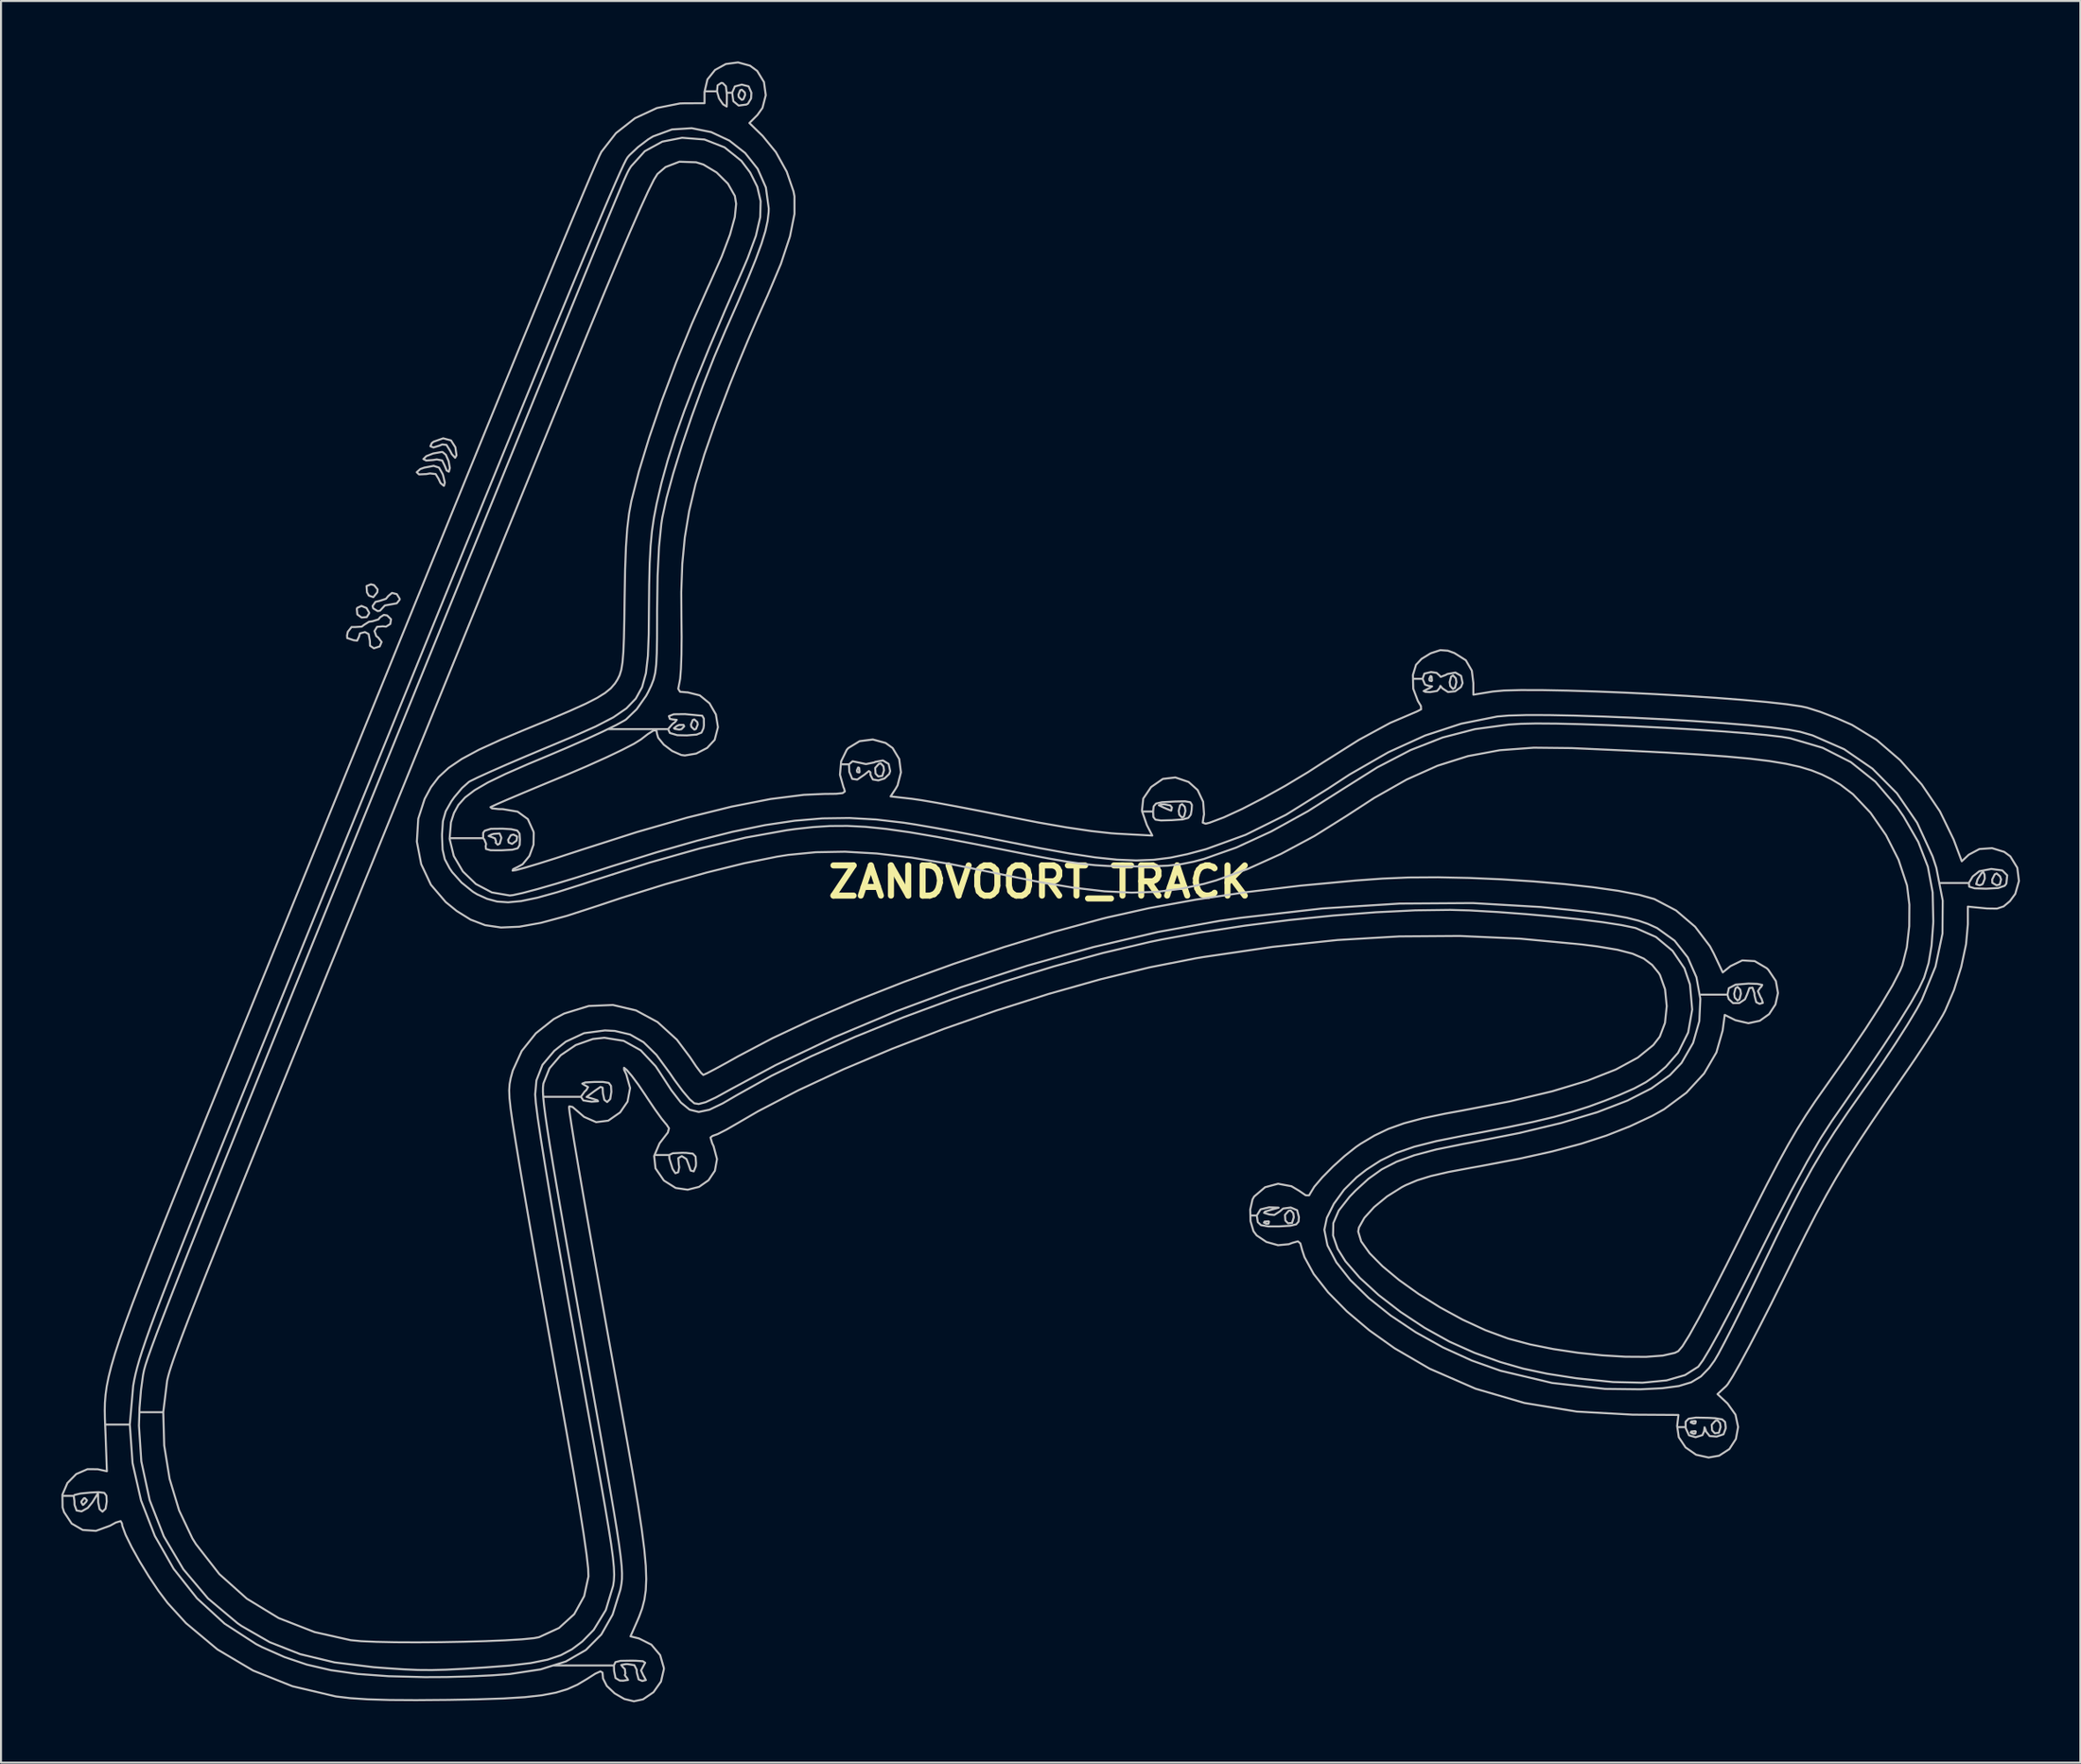
<source format=kicad_pcb>
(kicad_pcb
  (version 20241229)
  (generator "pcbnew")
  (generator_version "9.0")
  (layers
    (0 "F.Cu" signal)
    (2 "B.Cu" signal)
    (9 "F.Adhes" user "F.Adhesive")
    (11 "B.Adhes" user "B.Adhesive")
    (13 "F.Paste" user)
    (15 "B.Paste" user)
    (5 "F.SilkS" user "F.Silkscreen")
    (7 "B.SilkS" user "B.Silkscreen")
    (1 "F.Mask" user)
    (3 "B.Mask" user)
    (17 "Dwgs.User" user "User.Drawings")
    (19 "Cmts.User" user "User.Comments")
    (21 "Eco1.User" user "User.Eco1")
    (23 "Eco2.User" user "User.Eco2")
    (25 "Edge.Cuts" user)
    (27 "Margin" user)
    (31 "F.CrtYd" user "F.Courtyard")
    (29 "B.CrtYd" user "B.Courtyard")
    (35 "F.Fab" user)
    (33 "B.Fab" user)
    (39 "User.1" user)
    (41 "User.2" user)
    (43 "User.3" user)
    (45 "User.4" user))
  (footprint "ZANDVOORT_TRACK"
    (layer "F.Cu")
    (at 48.593 40.768)
    (property "Reference" "ZANDVOORT_TRACK" (at 0 0 0) (layer "F.SilkS") (effects (font (size 1.5 1.5) (thickness 0.3))))
    (attr board_only exclude_from_pos_files exclude_from_bom)
    (fp_poly (pts (xy -8.971 -5.663) (xy -8.951 -5.464) (xy -8.971 -5.439) (xy -9.071 -5.462) (xy -9.083 -5.551) (xy -9.022 -5.689)) (stroke (width 0.1) (type solid)) (fill no) (layer "Dwgs.User"))
    (fp_poly (pts (xy 11.382 16.877) (xy 11.359 16.977) (xy 11.27 16.989) (xy 11.132 16.928) (xy 11.158 16.877) (xy 11.358 16.857)) (stroke (width 0.1) (type solid)) (fill no) (layer "Dwgs.User"))
    (fp_poly (pts (xy 19.457 -10.205) (xy 19.477 -10.005) (xy 19.457 -9.981) (xy 19.357 -10.004) (xy 19.344 -10.093) (xy 19.406 -10.231)) (stroke (width 0.1) (type solid)) (fill no) (layer "Dwgs.User"))
    (fp_poly (pts (xy 32.577 26.802) (xy 32.554 26.902) (xy 32.465 26.914) (xy 32.326 26.852) (xy 32.353 26.802) (xy 32.552 26.782)) (stroke (width 0.1) (type solid)) (fill no) (layer "Dwgs.User"))
    (fp_poly (pts (xy 32.577 27.306) (xy 32.554 27.406) (xy 32.465 27.419) (xy 32.326 27.357) (xy 32.353 27.306) (xy 32.552 27.286)) (stroke (width 0.1) (type solid)) (fill no) (layer "Dwgs.User"))
    (fp_poly (pts (xy -25.959 -2.257) (xy -25.988 -2.055) (xy -26.21 -1.889) (xy -26.381 -1.962) (xy -26.409 -2.089) (xy -26.274 -2.32) (xy -26.143 -2.355)) (stroke (width 0.1) (type solid)) (fill no) (layer "Dwgs.User"))
    (fp_poly (pts (xy -47.325 30.718) (xy -47.352 30.783) (xy -47.503 30.943) (xy -47.53 30.951) (xy -47.602 30.821) (xy -47.604 30.783) (xy -47.475 30.621) (xy -47.426 30.615)) (stroke (width 0.1) (type solid)) (fill no) (layer "Dwgs.User"))
    (fp_poly (pts (xy -33.064 -14.746) (xy -32.889 -14.533) (xy -32.906 -14.388) (xy -33.102 -14.15) (xy -33.323 -14.226) (xy -33.416 -14.389) (xy -33.439 -14.7) (xy -33.221 -14.787)) (stroke (width 0.1) (type solid)) (fill no) (layer "Dwgs.User"))
    (fp_poly (pts (xy -17.662 -7.732) (xy -17.799 -7.588) (xy -17.915 -7.57) (xy -18.139 -7.606) (xy -18.167 -7.636) (xy -18.035 -7.744) (xy -17.915 -7.799) (xy -17.698 -7.802)) (stroke (width 0.1) (type solid)) (fill no) (layer "Dwgs.User"))
    (fp_poly (pts (xy -17.008 -7.938) (xy -16.989 -7.822) (xy -17.08 -7.598) (xy -17.158 -7.57) (xy -17.307 -7.706) (xy -17.326 -7.822) (xy -17.235 -8.046) (xy -17.158 -8.074)) (stroke (width 0.1) (type solid)) (fill no) (layer "Dwgs.User"))
    (fp_poly (pts (xy -14.653 -39.225) (xy -14.634 -39.109) (xy -14.725 -38.885) (xy -14.803 -38.857) (xy -14.952 -38.993) (xy -14.971 -39.109) (xy -14.88 -39.333) (xy -14.803 -39.362)) (stroke (width 0.1) (type solid)) (fill no) (layer "Dwgs.User"))
    (fp_poly (pts (xy -7.767 -5.746) (xy -7.738 -5.551) (xy -7.827 -5.265) (xy -8.024 -5.242) (xy -8.158 -5.383) (xy -8.179 -5.661) (xy -7.995 -5.867) (xy -7.896 -5.887)) (stroke (width 0.1) (type solid)) (fill no) (layer "Dwgs.User"))
    (fp_poly (pts (xy 7.202 -3.728) (xy 7.233 -3.532) (xy 7.163 -3.259) (xy 7.065 -3.196) (xy 6.928 -3.337) (xy 6.897 -3.532) (xy 6.967 -3.806) (xy 7.065 -3.869)) (stroke (width 0.1) (type solid)) (fill no) (layer "Dwgs.User"))
    (fp_poly (pts (xy 12.586 16.458) (xy 12.616 16.653) (xy 12.527 16.939) (xy 12.33 16.962) (xy 12.195 16.821) (xy 12.175 16.543) (xy 12.359 16.337) (xy 12.458 16.317)) (stroke (width 0.1) (type solid)) (fill no) (layer "Dwgs.User"))
    (fp_poly (pts (xy 20.659 -10.12) (xy 20.69 -9.925) (xy 20.62 -9.651) (xy 20.522 -9.588) (xy 20.385 -9.729) (xy 20.354 -9.925) (xy 20.424 -10.198) (xy 20.522 -10.261)) (stroke (width 0.1) (type solid)) (fill no) (layer "Dwgs.User"))
    (fp_poly (pts (xy 33.781 26.887) (xy 33.811 27.082) (xy 33.722 27.368) (xy 33.524 27.391) (xy 33.39 27.25) (xy 33.369 26.972) (xy 33.554 26.766) (xy 33.652 26.746)) (stroke (width 0.1) (type solid)) (fill no) (layer "Dwgs.User"))
    (fp_poly (pts (xy 34.788 5.355) (xy 34.82 5.551) (xy 34.749 5.824) (xy 34.652 5.887) (xy 34.515 5.747) (xy 34.483 5.551) (xy 34.554 5.278) (xy 34.652 5.215)) (stroke (width 0.1) (type solid)) (fill no) (layer "Dwgs.User"))
    (fp_poly (pts (xy 47.686 -0.281) (xy 47.74 -0.126) (xy 47.675 0.124) (xy 47.52 0.168) (xy 47.308 0.047) (xy 47.3 -0.126) (xy 47.425 -0.376) (xy 47.52 -0.421)) (stroke (width 0.1) (type solid)) (fill no) (layer "Dwgs.User"))
    (fp_poly (pts (xy -33.44 -13.609) (xy -33.307 -13.376) (xy -33.306 -13.355) (xy -33.428 -13.16) (xy -33.683 -13.137) (xy -33.895 -13.289) (xy -33.923 -13.567) (xy -33.899 -13.618) (xy -33.69 -13.713)) (stroke (width 0.1) (type solid)) (fill no) (layer "Dwgs.User"))
    (fp_poly (pts (xy 6.477 -3.803) (xy 6.56 -3.701) (xy 6.528 -3.546) (xy 6.518 -3.544) (xy 6.35 -3.611) (xy 6.14 -3.701) (xy 5.913 -3.811) (xy 6.002 -3.849) (xy 6.182 -3.857)) (stroke (width 0.1) (type solid)) (fill no) (layer "Dwgs.User"))
    (fp_poly (pts (xy 46.917 -0.363) (xy 46.931 -0.168) (xy 46.823 0.108) (xy 46.673 0.168) (xy 46.505 0.11) (xy 46.569 -0.119) (xy 46.595 -0.168) (xy 46.766 -0.432) (xy 46.853 -0.505)) (stroke (width 0.1) (type solid)) (fill no) (layer "Dwgs.User"))
    (fp_poly (pts (xy -26.746 -2.209) (xy -26.746 -2.171) (xy -26.824 -1.906) (xy -26.924 -1.85) (xy -27.028 -1.952) (xy -27.006 -2.006) (xy -27.057 -2.162) (xy -27.206 -2.223) (xy -27.374 -2.283) (xy -27.235 -2.356) (xy -27.124 -2.388) (xy -26.833 -2.409)) (stroke (width 0.1) (type solid)) (fill no) (layer "Dwgs.User"))
    (fp_poly (pts (xy -29.244 -21.937) (xy -29.027 -21.595) (xy -28.97 -21.198) (xy -29.04 -21.075) (xy -29.202 -21.252) (xy -29.286 -21.418) (xy -29.469 -21.714) (xy -29.683 -21.738) (xy -29.812 -21.679) (xy -30.114 -21.587) (xy -30.268 -21.647) (xy -30.195 -21.807) (xy -30.105 -21.874) (xy -29.631 -22.041)) (stroke (width 0.1) (type solid)) (fill no) (layer "Dwgs.User"))
    (fp_poly (pts (xy -29.499 -21.221) (xy -29.361 -20.904) (xy -29.302 -20.566) (xy -29.351 -20.383) (xy -29.461 -20.443) (xy -29.552 -20.672) (xy -29.683 -20.941) (xy -29.949 -20.992) (xy -30.134 -20.963) (xy -30.474 -20.937) (xy -30.615 -21.011) (xy -30.47 -21.155) (xy -30.129 -21.287) (xy -29.727 -21.358) (xy -29.666 -21.361)) (stroke (width 0.1) (type solid)) (fill no) (layer "Dwgs.User"))
    (fp_poly (pts (xy -31.935 -14.3) (xy -31.795 -14.072) (xy -31.792 -14.028) (xy -31.938 -13.844) (xy -32.213 -13.793) (xy -32.529 -13.736) (xy -32.633 -13.625) (xy -32.769 -13.476) (xy -32.885 -13.457) (xy -33.108 -13.592) (xy -33.138 -13.709) (xy -32.997 -13.915) (xy -32.796 -13.962) (xy -32.475 -14.066) (xy -32.362 -14.203) (xy -32.175 -14.359)) (stroke (width 0.1) (type solid)) (fill no) (layer "Dwgs.User"))
    (fp_poly (pts (xy -29.838 -20.585) (xy -29.662 -20.274) (xy -29.631 -20.185) (xy -29.551 -19.842) (xy -29.592 -19.682) (xy -29.603 -19.681) (xy -29.765 -19.82) (xy -29.861 -20.027) (xy -30.005 -20.265) (xy -30.291 -20.298) (xy -30.461 -20.266) (xy -30.833 -20.248) (xy -30.946 -20.357) (xy -30.77 -20.514) (xy -30.573 -20.584) (xy -30.105 -20.673)) (stroke (width 0.1) (type solid)) (fill no) (layer "Dwgs.User"))
    (fp_poly (pts (xy -32.416 -13.241) (xy -32.222 -13.05) (xy -32.259 -12.818) (xy -32.469 -12.684) (xy -32.633 -12.7) (xy -32.917 -12.673) (xy -33.043 -12.464) (xy -32.955 -12.214) (xy -32.855 -12.138) (xy -32.691 -11.921) (xy -32.786 -11.702) (xy -33.074 -11.607) (xy -33.265 -11.739) (xy -33.274 -11.981) (xy -33.336 -12.316) (xy -33.516 -12.414) (xy -33.766 -12.35) (xy -33.811 -12.19) (xy -33.906 -11.989) (xy -34.077 -12.009) (xy -34.336 -12.098) (xy -34.397 -12.111) (xy -34.407 -12.247) (xy -34.369 -12.428) (xy -34.182 -12.666) (xy -33.983 -12.666) (xy -33.676 -12.684) (xy -33.567 -12.769) (xy -33.32 -12.926) (xy -33.142 -12.952) (xy -32.847 -13.045) (xy -32.763 -13.151) (xy -32.579 -13.268)) (stroke (width 0.1) (type solid)) (fill no) (layer "Dwgs.User"))
    (fp_poly (pts (xy -16.652 -36.886) (xy -15.658 -36.497) (xy -14.824 -35.827) (xy -14.385 -35.245) (xy -14.033 -34.541) (xy -13.866 -33.821) (xy -13.887 -33.028) (xy -14.101 -32.103) (xy -14.511 -30.988) (xy -14.706 -30.53) (xy -15.637 -28.392) (xy -16.429 -26.518) (xy -17.097 -24.872) (xy -17.653 -23.417) (xy -18.111 -22.118) (xy -18.485 -20.937) (xy -18.787 -19.839) (xy -19.032 -18.789) (xy -19.165 -18.099) (xy -19.264 -17.425) (xy -19.332 -16.695) (xy -19.377 -15.836) (xy -19.402 -14.777) (xy -19.413 -13.625) (xy -19.424 -12.302) (xy -19.464 -11.231) (xy -19.563 -10.371) (xy -19.753 -9.678) (xy -20.066 -9.11) (xy -20.533 -8.623) (xy -21.185 -8.177) (xy -22.054 -7.726) (xy -23.171 -7.23) (xy -24.533 -6.659) (xy -25.557 -6.229) (xy -26.496 -5.826) (xy -27.299 -5.473) (xy -27.913 -5.193) (xy -28.288 -5.009) (xy -28.354 -4.971) (xy -28.696 -4.667) (xy -29.079 -4.212) (xy -29.227 -4.003) (xy -29.506 -3.511) (xy -29.646 -3.021) (xy -29.689 -2.379) (xy -29.689 -2.256) (xy -29.662 -1.602) (xy -29.552 -1.128) (xy -29.315 -0.681) (xy -29.185 -0.49) (xy -28.721 0.03) (xy -28.152 0.49) (xy -27.939 0.618) (xy -27.451 0.839) (xy -26.957 0.973) (xy -26.409 1.012) (xy -25.758 0.951) (xy -24.957 0.784) (xy -23.957 0.506) (xy -22.712 0.111) (xy -22.152 -0.076) (xy -19.375 -0.963) (xy -16.864 -1.671) (xy -14.603 -2.205) (xy -12.575 -2.569) (xy -12.139 -2.629) (xy -11.26 -2.726) (xy -10.416 -2.78) (xy -9.559 -2.785) (xy -8.644 -2.738) (xy -7.623 -2.633) (xy -6.451 -2.467) (xy -5.081 -2.234) (xy -3.466 -1.93) (xy -2.019 -1.644) (xy -0.655 -1.373) (xy 0.442 -1.165) (xy 1.333 -1.011) (xy 2.081 -0.903) (xy 2.747 -0.833) (xy 3.393 -0.793) (xy 4.082 -0.775) (xy 4.542 -0.77) (xy 5.574 -0.776) (xy 6.369 -0.81) (xy 7.024 -0.884) (xy 7.638 -1.007) (xy 8.158 -1.146) (xy 9.749 -1.705) (xy 11.486 -2.504) (xy 13.314 -3.514) (xy 14.978 -4.571) (xy 16.756 -5.69) (xy 18.412 -6.551) (xy 20.009 -7.177) (xy 21.61 -7.592) (xy 23.277 -7.818) (xy 23.886 -7.857) (xy 24.651 -7.873) (xy 25.66 -7.866) (xy 26.86 -7.838) (xy 28.196 -7.792) (xy 29.614 -7.731) (xy 31.062 -7.658) (xy 32.484 -7.575) (xy 33.828 -7.486) (xy 35.04 -7.393) (xy 36.065 -7.3) (xy 36.85 -7.209) (xy 37.266 -7.14) (xy 38.882 -6.663) (xy 40.281 -5.952) (xy 41.5 -4.978) (xy 42.581 -3.714) (xy 42.894 -3.259) (xy 43.63 -1.982) (xy 44.103 -0.76) (xy 44.341 0.517) (xy 44.374 1.955) (xy 44.37 2.055) (xy 44.288 3.159) (xy 44.142 4.029) (xy 43.918 4.754) (xy 43.671 5.279) (xy 43.259 6.009) (xy 42.674 6.955) (xy 41.908 8.129) (xy 40.954 9.541) (xy 39.804 11.204) (xy 39.347 11.859) (xy 38.784 12.728) (xy 38.105 13.899) (xy 37.306 15.375) (xy 36.387 17.159) (xy 35.674 18.587) (xy 34.956 20.024) (xy 34.309 21.286) (xy 33.746 22.348) (xy 33.283 23.184) (xy 32.932 23.768) (xy 32.708 24.075) (xy 32.696 24.087) (xy 32.044 24.501) (xy 31.127 24.765) (xy 29.937 24.879) (xy 28.462 24.845) (xy 26.695 24.664) (xy 26.577 24.648) (xy 25.193 24.432) (xy 24.004 24.179) (xy 22.872 23.853) (xy 21.656 23.419) (xy 21.572 23.387) (xy 20.345 22.839) (xy 19.107 22.15) (xy 17.915 21.363) (xy 16.825 20.522) (xy 15.894 19.67) (xy 15.179 18.848) (xy 14.79 18.225) (xy 14.563 17.565) (xy 14.575 16.953) (xy 14.843 16.33) (xy 15.387 15.637) (xy 15.683 15.331) (xy 16.32 14.75) (xy 16.979 14.281) (xy 17.72 13.899) (xy 18.604 13.577) (xy 19.689 13.291) (xy 21.037 13.016) (xy 21.371 12.955) (xy 23.799 12.478) (xy 25.903 11.973) (xy 27.693 11.437) (xy 29.181 10.865) (xy 30.378 10.254) (xy 31.294 9.599) (xy 31.87 8.993) (xy 32.445 7.997) (xy 32.753 6.916) (xy 32.804 5.809) (xy 32.766 5.599) (xy 34.151 5.599) (xy 34.212 5.815) (xy 34.43 6.021) (xy 34.744 6.015) (xy 35.022 5.829) (xy 35.126 5.593) (xy 35.241 5.272) (xy 35.392 5.252) (xy 35.488 5.524) (xy 35.493 5.635) (xy 35.581 5.974) (xy 35.746 6.056) (xy 35.909 6.009) (xy 35.847 5.813) (xy 35.789 5.714) (xy 35.664 5.426) (xy 35.781 5.245) (xy 35.829 5.212) (xy 35.878 5.115) (xy 35.63 5.063) (xy 35.193 5.049) (xy 34.557 5.102) (xy 34.218 5.28) (xy 34.151 5.599) (xy 32.766 5.599) (xy 32.61 4.734) (xy 32.18 3.751) (xy 31.526 2.918) (xy 30.659 2.293) (xy 30.636 2.282) (xy 30.204 2.085) (xy 29.723 1.92) (xy 29.145 1.776) (xy 28.422 1.646) (xy 27.506 1.52) (xy 26.351 1.391) (xy 24.908 1.249) (xy 24.895 1.247) (xy 21.502 1.05) (xy 17.874 1.074) (xy 14.029 1.317) (xy 9.986 1.78) (xy 8.916 1.934) (xy 5.867 2.485) (xy 2.667 3.234) (xy -0.614 4.157) (xy -3.904 5.229) (xy -7.132 6.427) (xy -10.227 7.725) (xy -13.119 9.099) (xy -15.354 10.302) (xy -16.088 10.707) (xy -16.598 10.943) (xy -16.94 11.032) (xy -17.158 10.999) (xy -17.39 10.798) (xy -17.742 10.383) (xy -18.154 9.826) (xy -18.373 9.504) (xy -19.042 8.591) (xy -19.681 7.962) (xy -20.35 7.579) (xy -21.108 7.402) (xy -21.599 7.377) (xy -22.633 7.512) (xy -23.544 7.937) (xy -24.111 8.388) (xy -24.701 9.086) (xy -25.001 9.858) (xy -25.064 10.554) (xy -25.031 10.979) (xy -24.935 11.733) (xy -24.773 12.818) (xy -24.547 14.231) (xy -24.257 15.975) (xy -23.902 18.049) (xy -23.483 20.452) (xy -22.999 23.186) (xy -22.45 26.249) (xy -22.119 28.082) (xy -21.83 29.691) (xy -21.599 31.006) (xy -21.421 32.062) (xy -21.291 32.895) (xy -21.204 33.542) (xy -21.156 34.038) (xy -21.141 34.419) (xy -21.155 34.722) (xy -21.191 34.968) (xy -21.555 36.173) (xy -22.159 37.162) (xy -22.726 37.74) (xy -23.236 38.123) (xy -23.791 38.418) (xy -24.453 38.641) (xy -25.279 38.807) (xy -26.329 38.933) (xy -27.509 39.023) (xy -28.617 39.093) (xy -29.484 39.137) (xy -30.204 39.156) (xy -30.872 39.151) (xy -31.583 39.12) (xy -32.432 39.063) (xy -33.085 39.014) (xy -35.027 38.775) (xy -36.729 38.367) (xy -38.249 37.77) (xy -39.649 36.965) (xy -39.846 36.829) (xy -41.311 35.6) (xy -42.536 34.15) (xy -43.508 32.511) (xy -44.209 30.714) (xy -44.624 28.789) (xy -44.742 27.013) (xy -44.72 26.344) (xy -43.535 26.344) (xy -43.488 27.996) (xy -43.22 29.654) (xy -42.747 31.225) (xy -42.086 32.618) (xy -41.911 32.899) (xy -40.75 34.388) (xy -39.379 35.613) (xy -37.801 36.574) (xy -36.015 37.27) (xy -34.225 37.672) (xy -33.715 37.721) (xy -32.956 37.754) (xy -32.008 37.773) (xy -30.93 37.778) (xy -29.785 37.77) (xy -28.63 37.75) (xy -27.527 37.719) (xy -26.535 37.678) (xy -25.715 37.629) (xy -25.127 37.571) (xy -24.876 37.524) (xy -23.88 37.066) (xy -23.125 36.379) (xy -22.63 35.484) (xy -22.418 34.506) (xy -22.432 34.115) (xy -22.513 33.4) (xy -22.66 32.368) (xy -22.872 31.025) (xy -23.148 29.376) (xy -23.488 27.428) (xy -23.778 25.807) (xy -24.094 24.05) (xy -24.414 22.255) (xy -24.73 20.478) (xy -25.03 18.775) (xy -25.305 17.201) (xy -25.545 15.812) (xy -25.741 14.666) (xy -25.833 14.116) (xy -26.033 12.903) (xy -26.182 11.97) (xy -26.282 11.268) (xy -26.339 10.746) (xy -26.355 10.352) (xy -26.333 10.037) (xy -26.279 9.749) (xy -26.194 9.438) (xy -26.173 9.365) (xy -25.731 8.397) (xy -25.028 7.518) (xy -24.141 6.813) (xy -23.625 6.539) (xy -22.4 6.162) (xy -21.202 6.113) (xy -20.056 6.382) (xy -18.988 6.96) (xy -18.025 7.837) (xy -17.382 8.696) (xy -17.071 9.159) (xy -16.829 9.481) (xy -16.715 9.588) (xy -16.539 9.51) (xy -16.134 9.298) (xy -15.563 8.987) (xy -14.995 8.668) (xy -13.284 7.766) (xy -11.299 6.833) (xy -9.098 5.892) (xy -6.74 4.964) (xy -4.282 4.071) (xy -1.782 3.236) (xy 0.701 2.48) (xy 3.109 1.825) (xy 3.348 1.765) (xy 5.41 1.304) (xy 7.742 0.88) (xy 10.277 0.504) (xy 12.95 0.184) (xy 15.695 -0.071) (xy 17.018 -0.167) (xy 18.316 -0.222) (xy 19.771 -0.231) (xy 21.327 -0.199) (xy 22.931 -0.13) (xy 24.527 -0.026) (xy 26.063 0.106) (xy 27.482 0.263) (xy 28.731 0.441) (xy 29.756 0.637) (xy 30.501 0.845) (xy 30.531 0.856) (xy 31.597 1.416) (xy 32.544 2.224) (xy 33.281 3.194) (xy 33.467 3.544) (xy 33.916 4.495) (xy 34.303 4.182) (xy 34.887 3.898) (xy 35.504 3.933) (xy 36.097 4.283) (xy 36.179 4.361) (xy 36.555 4.923) (xy 36.66 5.519) (xy 36.534 6.087) (xy 36.22 6.567) (xy 35.757 6.898) (xy 35.187 7.019) (xy 34.55 6.87) (xy 34.504 6.848) (xy 34.016 6.605) (xy 33.912 7.382) (xy 33.601 8.472) (xy 32.99 9.517) (xy 32.111 10.472) (xy 31.002 11.295) (xy 30.411 11.624) (xy 29.307 12.141) (xy 28.15 12.597) (xy 26.885 13.007) (xy 25.459 13.386) (xy 23.818 13.75) (xy 21.908 14.114) (xy 21.396 14.205) (xy 20.277 14.414) (xy 19.417 14.613) (xy 18.741 14.823) (xy 18.174 15.063) (xy 17.987 15.159) (xy 17.248 15.622) (xy 16.605 16.151) (xy 16.119 16.688) (xy 15.848 17.17) (xy 15.812 17.371) (xy 15.961 17.86) (xy 16.378 18.445) (xy 17.022 19.096) (xy 17.848 19.782) (xy 18.815 20.473) (xy 19.88 21.138) (xy 21 21.748) (xy 22.131 22.27) (xy 23.232 22.676) (xy 23.29 22.694) (xy 24.344 22.975) (xy 25.509 23.209) (xy 26.727 23.392) (xy 27.938 23.52) (xy 29.083 23.589) (xy 30.104 23.595) (xy 30.941 23.532) (xy 31.537 23.397) (xy 31.707 23.313) (xy 31.915 23.068) (xy 32.258 22.518) (xy 32.735 21.663) (xy 33.346 20.507) (xy 34.089 19.051) (xy 34.719 17.791) (xy 35.477 16.272) (xy 36.118 15.01) (xy 36.67 13.957) (xy 37.158 13.067) (xy 37.609 12.292) (xy 38.051 11.584) (xy 38.51 10.896) (xy 39.013 10.181) (xy 39.016 10.177) (xy 40.096 8.644) (xy 41.02 7.281) (xy 41.775 6.106) (xy 42.349 5.141) (xy 42.728 4.405) (xy 42.838 4.139) (xy 43.06 3.251) (xy 43.179 2.196) (xy 43.186 1.128) (xy 43.073 0.202) (xy 43.062 0.15) (xy 42.648 -1.102) (xy 42.027 -2.326) (xy 41.254 -3.44) (xy 40.385 -4.359) (xy 39.76 -4.835) (xy 39.31 -5.104) (xy 38.842 -5.338) (xy 38.329 -5.542) (xy 37.743 -5.719) (xy 37.055 -5.872) (xy 36.236 -6.007) (xy 35.259 -6.126) (xy 34.094 -6.233) (xy 32.714 -6.333) (xy 31.089 -6.429) (xy 29.192 -6.524) (xy 26.994 -6.624) (xy 26.409 -6.65) (xy 24.528 -6.67) (xy 22.837 -6.544) (xy 21.267 -6.253) (xy 19.751 -5.774) (xy 18.22 -5.088) (xy 16.605 -4.173) (xy 15.223 -3.275) (xy 13.643 -2.285) (xy 11.976 -1.392) (xy 10.313 -0.641) (xy 8.747 -0.075) (xy 8.139 0.098) (xy 6.983 0.346) (xy 5.808 0.491) (xy 4.565 0.531) (xy 3.205 0.464) (xy 1.679 0.286) (xy -0.062 -0.004) (xy -2.066 -0.41) (xy -2.161 -0.43) (xy -4.389 -0.881) (xy -6.352 -1.207) (xy -8.098 -1.413) (xy -9.674 -1.502) (xy -11.126 -1.477) (xy -12.502 -1.343) (xy -13.056 -1.256) (xy -14.679 -0.929) (xy -16.543 -0.468) (xy -18.591 0.11) (xy -20.764 0.788) (xy -21.952 1.185) (xy -23.49 1.684) (xy -24.774 2.031) (xy -25.848 2.224) (xy -26.758 2.263) (xy -27.55 2.147) (xy -28.269 1.873) (xy -28.961 1.442) (xy -29.505 1.001) (xy -30.242 0.14) (xy -30.725 -0.885) (xy -30.939 -2.003) (xy -30.87 -3.142) (xy -30.553 -4.128) (xy -30.241 -4.706) (xy -29.858 -5.21) (xy -29.361 -5.668) (xy -28.708 -6.111) (xy -27.856 -6.569) (xy -26.762 -7.07) (xy -25.596 -7.558) (xy -24.323 -8.082) (xy -23.325 -8.505) (xy -22.563 -8.85) (xy -21.998 -9.138) (xy -21.592 -9.389) (xy -21.305 -9.624) (xy -21.098 -9.865) (xy -20.979 -10.05) (xy -20.87 -10.269) (xy -20.787 -10.538) (xy -20.727 -10.905) (xy -20.684 -11.42) (xy -20.655 -12.132) (xy -20.635 -13.091) (xy -20.622 -14.087) (xy -20.597 -15.505) (xy -20.555 -16.643) (xy -20.491 -17.559) (xy -20.401 -18.309) (xy -20.287 -18.924) (xy -19.911 -20.399) (xy -19.396 -22.092) (xy -18.769 -23.928) (xy -18.055 -25.833) (xy -17.282 -27.733) (xy -16.477 -29.552) (xy -16.398 -29.722) (xy -15.8 -31.07) (xy -15.386 -32.165) (xy -15.149 -33.031) (xy -15.083 -33.693) (xy -15.146 -34.083) (xy -15.492 -34.694) (xy -16.052 -35.249) (xy -16.708 -35.643) (xy -17.069 -35.755) (xy -17.899 -35.784) (xy -18.589 -35.518) (xy -18.992 -35.172) (xy -19.165 -34.893) (xy -19.455 -34.311) (xy -19.856 -33.434) (xy -20.364 -32.273) (xy -20.974 -30.839) (xy -21.683 -29.141) (xy -22.485 -27.19) (xy -22.776 -26.477) (xy -24.684 -21.788) (xy -26.469 -17.401) (xy -28.135 -13.305) (xy -29.687 -9.49) (xy -31.128 -5.945) (xy -32.463 -2.66) (xy -33.696 0.376) (xy -34.831 3.172) (xy -35.872 5.738) (xy -36.824 8.087) (xy -37.69 10.226) (xy -38.474 12.168) (xy -39.181 13.921) (xy -39.815 15.498) (xy -40.38 16.906) (xy -40.88 18.158) (xy -41.319 19.264) (xy -41.702 20.233) (xy -42.032 21.076) (xy -42.314 21.803) (xy -42.551 22.425) (xy -42.749 22.952) (xy -42.91 23.395) (xy -43.04 23.762) (xy -43.142 24.066) (xy -43.221 24.316) (xy -43.28 24.522) (xy -43.323 24.695) (xy -43.344 24.789) (xy -43.535 26.344) (xy -44.72 26.344) (xy -44.714 26.14) (xy -44.641 25.251) (xy -44.538 24.493) (xy -44.487 24.247) (xy -44.417 23.998) (xy -44.293 23.621) (xy -44.109 23.106) (xy -43.864 22.443) (xy -43.551 21.621) (xy -43.168 20.63) (xy -42.71 19.459) (xy -42.172 18.099) (xy -41.552 16.539) (xy -40.844 14.768) (xy -40.044 12.777) (xy -39.149 10.554) (xy -38.155 8.091) (xy -37.056 5.376) (xy -35.85 2.399) (xy -34.531 -0.851) (xy -33.096 -4.382) (xy -31.541 -8.207) (xy -30.227 -11.438) (xy -28.936 -14.611) (xy -27.765 -17.486) (xy -26.71 -20.08) (xy -25.763 -22.407) (xy -24.918 -24.482) (xy -24.169 -26.319) (xy -23.511 -27.934) (xy -22.936 -29.341) (xy -22.44 -30.555) (xy -22.015 -31.592) (xy -21.656 -32.465) (xy -21.357 -33.191) (xy -21.111 -33.783) (xy -20.912 -34.257) (xy -20.755 -34.627) (xy -20.633 -34.908) (xy -20.539 -35.115) (xy -20.469 -35.263) (xy -20.415 -35.368) (xy -20.372 -35.442) (xy -20.334 -35.503) (xy -20.299 -35.556) (xy -19.619 -36.307) (xy -18.748 -36.782) (xy -17.768 -36.973)) (stroke (width 0.1) (type solid)) (fill no) (layer "Dwgs.User"))
    (fp_poly (pts (xy -14.392 -40.555) (xy -14.038 -40.294) (xy -13.7 -39.741) (xy -13.611 -39.089) (xy -13.774 -38.458) (xy -14.025 -38.106) (xy -14.424 -37.706) (xy -13.764 -37.062) (xy -13.108 -36.258) (xy -12.572 -35.293) (xy -12.234 -34.311) (xy -12.186 -34.063) (xy -12.185 -33.19) (xy -12.409 -32.071) (xy -12.859 -30.71) (xy -13.534 -29.109) (xy -13.558 -29.058) (xy -14.002 -28.063) (xy -14.502 -26.901) (xy -14.993 -25.721) (xy -15.391 -24.727) (xy -16.098 -22.863) (xy -16.662 -21.233) (xy -17.097 -19.775) (xy -17.416 -18.426) (xy -17.632 -17.122) (xy -17.758 -15.799) (xy -17.808 -14.396) (xy -17.8 -13.121) (xy -17.79 -12.172) (xy -17.799 -11.303) (xy -17.824 -10.586) (xy -17.863 -10.097) (xy -17.886 -9.967) (xy -17.959 -9.596) (xy -17.867 -9.448) (xy -17.538 -9.42) (xy -17.494 -9.42) (xy -16.889 -9.27) (xy -16.405 -8.875) (xy -16.087 -8.32) (xy -15.986 -7.689) (xy -16.147 -7.067) (xy -16.153 -7.056) (xy -16.522 -6.659) (xy -17.066 -6.378) (xy -17.63 -6.283) (xy -17.807 -6.307) (xy -18.257 -6.504) (xy -18.675 -6.82) (xy -18.953 -7.163) (xy -19.008 -7.347) (xy -19.041 -7.524) (xy -19.178 -7.529) (xy -19.473 -7.342) (xy -19.817 -7.076) (xy -20.158 -6.864) (xy -20.755 -6.556) (xy -21.551 -6.177) (xy -22.489 -5.755) (xy -23.512 -5.317) (xy -23.802 -5.197) (xy -24.797 -4.785) (xy -25.686 -4.413) (xy -26.422 -4.101) (xy -26.958 -3.868) (xy -27.248 -3.734) (xy -27.284 -3.714) (xy -27.209 -3.656) (xy -26.884 -3.621) (xy -26.671 -3.617) (xy -25.936 -3.493) (xy -25.428 -3.122) (xy -25.15 -2.505) (xy -25.136 -2.436) (xy -25.146 -1.851) (xy -25.349 -1.291) (xy -25.688 -0.877) (xy -25.915 -0.754) (xy -26.159 -0.636) (xy -26.186 -0.562) (xy -26.01 -0.589) (xy -25.564 -0.71) (xy -24.895 -0.91) (xy -24.052 -1.176) (xy -23.082 -1.492) (xy -22.767 -1.596) (xy -20.007 -2.48) (xy -17.518 -3.195) (xy -15.304 -3.743) (xy -13.37 -4.121) (xy -11.719 -4.329) (xy -10.718 -4.373) (xy -10.119 -4.38) (xy -9.795 -4.413) (xy -9.683 -4.495) (xy -9.722 -4.645) (xy -9.75 -4.699) (xy -9.926 -5.327) (xy -9.881 -5.843) (xy -9.477 -5.843) (xy -9.462 -5.471) (xy -9.319 -5.123) (xy -9.068 -5.084) (xy -8.718 -5.325) (xy -8.49 -5.509) (xy -8.416 -5.454) (xy -8.411 -5.314) (xy -8.293 -5.092) (xy -8.021 -5.044) (xy -7.71 -5.143) (xy -7.479 -5.368) (xy -7.432 -5.51) (xy -7.509 -5.864) (xy -7.792 -6.036) (xy -8.175 -5.966) (xy -8.225 -5.938) (xy -8.635 -5.855) (xy -8.891 -5.911) (xy -9.298 -5.996) (xy -9.477 -5.843) (xy -9.881 -5.843) (xy -9.867 -5.996) (xy -9.59 -6.564) (xy -9.512 -6.652) (xy -8.952 -6.994) (xy -8.295 -7.078) (xy -7.658 -6.905) (xy -7.31 -6.652) (xy -6.983 -6.107) (xy -6.898 -5.446) (xy -7.065 -4.797) (xy -7.154 -4.642) (xy -7.411 -4.25) (xy -6.355 -4.131) (xy -5.874 -4.061) (xy -5.131 -3.934) (xy -4.19 -3.761) (xy -3.117 -3.555) (xy -1.979 -3.329) (xy -1.598 -3.251) (xy -0.08 -2.955) (xy 1.324 -2.711) (xy 2.553 -2.529) (xy 3.543 -2.419) (xy 3.844 -2.398) (xy 5.586 -2.305) (xy 5.316 -2.826) (xy 5.086 -3.491) (xy 5.627 -3.491) (xy 5.639 -3.228) (xy 5.742 -3.095) (xy 6.016 -3.055) (xy 6.543 -3.07) (xy 6.552 -3.07) (xy 7.087 -3.106) (xy 7.373 -3.182) (xy 7.497 -3.343) (xy 7.538 -3.571) (xy 7.554 -3.827) (xy 7.473 -3.96) (xy 7.221 -4.005) (xy 6.721 -3.996) (xy 6.613 -3.991) (xy 6.065 -3.96) (xy 5.772 -3.896) (xy 5.653 -3.755) (xy 5.627 -3.499) (xy 5.627 -3.491) (xy 5.086 -3.491) (xy 5.071 -3.532) (xy 5.137 -4.142) (xy 5.518 -4.703) (xy 5.538 -4.723) (xy 6.111 -5.12) (xy 6.732 -5.192) (xy 7.391 -4.967) (xy 7.836 -4.567) (xy 8.111 -3.986) (xy 8.157 -3.36) (xy 8.134 -3.242) (xy 8.091 -2.946) (xy 8.234 -2.893) (xy 8.43 -2.942) (xy 9.136 -3.207) (xy 10.047 -3.626) (xy 11.093 -4.165) (xy 12.203 -4.784) (xy 13.307 -5.447) (xy 14.1 -5.958) (xy 15.852 -7.062) (xy 17.402 -7.902) (xy 18.732 -8.47) (xy 18.936 -8.575) (xy 18.926 -8.743) (xy 18.774 -8.995) (xy 18.547 -9.598) (xy 18.535 -10.093) (xy 19.008 -10.093) (xy 19.13 -9.805) (xy 19.302 -9.744) (xy 19.482 -9.717) (xy 19.361 -9.633) (xy 19.26 -9.588) (xy 19.061 -9.485) (xy 19.154 -9.442) (xy 19.386 -9.432) (xy 19.73 -9.489) (xy 19.852 -9.63) (xy 19.894 -9.742) (xy 19.997 -9.615) (xy 20.273 -9.436) (xy 20.627 -9.472) (xy 20.915 -9.684) (xy 20.996 -9.883) (xy 20.922 -10.238) (xy 20.639 -10.403) (xy 20.245 -10.332) (xy 20.163 -10.286) (xy 19.909 -10.188) (xy 19.849 -10.26) (xy 19.705 -10.387) (xy 19.428 -10.429) (xy 19.099 -10.35) (xy 19.008 -10.093) (xy 18.535 -10.093) (xy 18.53 -10.283) (xy 18.685 -10.791) (xy 18.959 -11.083) (xy 19.388 -11.347) (xy 19.442 -11.371) (xy 19.892 -11.517) (xy 20.268 -11.489) (xy 20.592 -11.371) (xy 21.157 -11.014) (xy 21.456 -10.495) (xy 21.531 -9.877) (xy 21.531 -9.303) (xy 22.498 -9.461) (xy 23.046 -9.511) (xy 23.88 -9.533) (xy 24.95 -9.531) (xy 26.207 -9.507) (xy 27.603 -9.464) (xy 29.087 -9.404) (xy 30.61 -9.329) (xy 32.123 -9.243) (xy 33.577 -9.147) (xy 34.923 -9.044) (xy 36.111 -8.938) (xy 37.091 -8.829) (xy 37.815 -8.722) (xy 38.1 -8.66) (xy 38.772 -8.447) (xy 39.57 -8.141) (xy 40.325 -7.809) (xy 40.339 -7.802) (xy 41.556 -7.06) (xy 42.729 -6.05) (xy 43.799 -4.843) (xy 44.703 -3.507) (xy 45.382 -2.112) (xy 45.422 -2.006) (xy 45.788 -1.028) (xy 46.139 -1.355) (xy 46.663 -1.635) (xy 47.293 -1.679) (xy 47.9 -1.492) (xy 48.2 -1.269) (xy 48.546 -0.706) (xy 48.627 -0.048) (xy 48.445 0.593) (xy 48.18 0.953) (xy 47.866 1.216) (xy 47.536 1.325) (xy 47.048 1.318) (xy 46.919 1.306) (xy 46.09 1.227) (xy 46.09 2.1) (xy 46.001 3.094) (xy 45.759 4.231) (xy 45.4 5.377) (xy 44.962 6.399) (xy 44.84 6.627) (xy 44.487 7.22) (xy 44.014 7.968) (xy 43.496 8.753) (xy 43.214 9.168) (xy 42.223 10.602) (xy 41.395 11.816) (xy 40.697 12.865) (xy 40.096 13.803) (xy 39.561 14.684) (xy 39.058 15.564) (xy 38.555 16.495) (xy 38.021 17.534) (xy 37.422 18.734) (xy 36.915 19.765) (xy 36.317 20.97) (xy 35.747 22.091) (xy 35.226 23.09) (xy 34.774 23.926) (xy 34.415 24.559) (xy 34.168 24.95) (xy 34.09 25.044) (xy 33.656 25.446) (xy 34.154 25.911) (xy 34.55 26.467) (xy 34.68 27.08) (xy 34.57 27.675) (xy 34.247 28.175) (xy 33.738 28.505) (xy 33.217 28.596) (xy 32.592 28.458) (xy 32.071 28.095) (xy 31.732 27.587) (xy 31.652 27.029) (xy 31.677 26.816) (xy 32.073 26.816) (xy 32.073 27.086) (xy 32.085 27.153) (xy 32.241 27.493) (xy 32.569 27.587) (xy 32.908 27.482) (xy 32.989 27.292) (xy 33.014 27.094) (xy 33.065 27.218) (xy 33.087 27.302) (xy 33.268 27.53) (xy 33.615 27.555) (xy 33.954 27.443) (xy 34.061 27.154) (xy 34.063 27.082) (xy 34.033 26.831) (xy 33.886 26.7) (xy 33.536 26.642) (xy 33.222 26.625) (xy 32.586 26.613) (xy 32.223 26.667) (xy 32.073 26.816) (xy 31.677 26.816) (xy 31.716 26.481) (xy 29.441 26.467) (xy 26.663 26.314) (xy 24.067 25.886) (xy 21.639 25.177) (xy 19.361 24.184) (xy 17.62 23.17) (xy 16.363 22.276) (xy 15.25 21.336) (xy 14.317 20.39) (xy 13.603 19.479) (xy 13.144 18.64) (xy 13.03 18.293) (xy 12.939 17.957) (xy 12.816 17.855) (xy 12.542 17.931) (xy 12.366 17.998) (xy 11.831 18.048) (xy 11.249 17.884) (xy 10.769 17.561) (xy 10.611 17.351) (xy 10.465 16.856) (xy 10.458 16.571) (xy 10.777 16.571) (xy 10.825 16.901) (xy 10.981 17.049) (xy 11.343 17.113) (xy 11.894 17.112) (xy 12.442 17.08) (xy 12.733 17.013) (xy 12.849 16.875) (xy 12.868 16.653) (xy 12.779 16.31) (xy 12.463 16.175) (xy 12.082 16.226) (xy 11.917 16.37) (xy 11.645 16.545) (xy 11.397 16.521) (xy 11.138 16.441) (xy 11.182 16.378) (xy 11.438 16.301) (xy 11.859 16.182) (xy 11.391 16.165) (xy 10.964 16.267) (xy 10.777 16.571) (xy 10.458 16.571) (xy 10.451 16.274) (xy 10.564 15.772) (xy 10.645 15.629) (xy 11.187 15.168) (xy 11.833 14.995) (xy 12.499 15.119) (xy 12.876 15.343) (xy 13.206 15.569) (xy 13.376 15.571) (xy 13.428 15.477) (xy 13.632 15.141) (xy 14.033 14.672) (xy 14.558 14.14) (xy 15.137 13.616) (xy 15.699 13.17) (xy 15.927 13.013) (xy 16.617 12.602) (xy 17.312 12.269) (xy 18.083 11.992) (xy 19.002 11.747) (xy 20.142 11.509) (xy 20.963 11.36) (xy 23.37 10.896) (xy 25.445 10.402) (xy 27.19 9.876) (xy 28.607 9.319) (xy 29.698 8.728) (xy 30.467 8.104) (xy 30.789 7.689) (xy 31.048 7.003) (xy 31.135 6.172) (xy 31.052 5.334) (xy 30.801 4.626) (xy 30.739 4.525) (xy 30.41 4.122) (xy 29.995 3.808) (xy 29.438 3.564) (xy 28.685 3.369) (xy 27.684 3.203) (xy 26.917 3.106) (xy 23.853 2.818) (xy 20.856 2.684) (xy 17.855 2.705) (xy 14.78 2.885) (xy 11.56 3.226) (xy 8.126 3.73) (xy 7.738 3.795) (xy 5.459 4.242) (xy 3.008 4.838) (xy 0.445 5.562) (xy -2.172 6.392) (xy -4.784 7.308) (xy -7.331 8.287) (xy -9.756 9.31) (xy -11.998 10.354) (xy -14 11.398) (xy -15.045 12.006) (xy -15.575 12.312) (xy -16.007 12.531) (xy -16.25 12.616) (xy -16.252 12.616) (xy -16.357 12.698) (xy -16.273 12.982) (xy -16.203 13.128) (xy -16.033 13.769) (xy -16.137 14.347) (xy -16.455 14.821) (xy -16.926 15.15) (xy -17.49 15.291) (xy -18.085 15.205) (xy -18.651 14.848) (xy -18.684 14.816) (xy -19.087 14.23) (xy -19.154 13.617) (xy -19.132 13.564) (xy -18.407 13.564) (xy -18.398 13.75) (xy -18.398 13.751) (xy -18.281 14.122) (xy -18.24 14.256) (xy -18.1 14.471) (xy -17.96 14.423) (xy -17.909 14.174) (xy -17.93 14.046) (xy -17.956 13.723) (xy -17.79 13.625) (xy -17.776 13.625) (xy -17.55 13.768) (xy -17.464 13.99) (xy -17.343 14.339) (xy -17.188 14.38) (xy -17.083 14.12) (xy -17.074 13.962) (xy -17.098 13.644) (xy -17.234 13.499) (xy -17.575 13.459) (xy -17.783 13.457) (xy -18.226 13.478) (xy -18.407 13.564) (xy -19.132 13.564) (xy -18.887 12.988) (xy -18.742 12.799) (xy -18.476 12.453) (xy -18.418 12.239) (xy -18.543 12.048) (xy -18.573 12.018) (xy -18.788 11.754) (xy -19.118 11.295) (xy -19.499 10.73) (xy -19.579 10.606) (xy -19.942 10.07) (xy -20.263 9.638) (xy -20.51 9.347) (xy -20.649 9.232) (xy -20.649 9.327) (xy -20.539 9.557) (xy -20.349 10.238) (xy -20.476 10.914) (xy -20.845 11.451) (xy -21.434 11.86) (xy -22.036 11.934) (xy -22.633 11.673) (xy -22.89 11.451) (xy -23.208 11.18) (xy -23.369 11.147) (xy -23.381 11.196) (xy -23.352 11.466) (xy -23.264 12.046) (xy -23.124 12.915) (xy -22.933 14.051) (xy -22.696 15.434) (xy -22.416 17.042) (xy -22.097 18.854) (xy -21.743 20.848) (xy -21.358 23.005) (xy -20.944 25.303) (xy -20.835 25.905) (xy -20.478 27.892) (xy -20.183 29.581) (xy -19.947 31.002) (xy -19.768 32.187) (xy -19.643 33.167) (xy -19.57 33.973) (xy -19.547 34.638) (xy -19.571 35.191) (xy -19.639 35.665) (xy -19.749 36.091) (xy -19.899 36.5) (xy -19.983 36.697) (xy -20.329 37.481) (xy -19.906 37.587) (xy -19.293 37.894) (xy -18.856 38.414) (xy -18.673 39.051) (xy -18.672 39.115) (xy -18.815 39.728) (xy -19.188 40.257) (xy -19.706 40.611) (xy -20.16 40.707) (xy -20.632 40.595) (xy -21.116 40.315) (xy -21.506 39.946) (xy -21.695 39.573) (xy -21.699 39.515) (xy -21.72 39.283) (xy -21.824 39.221) (xy -22.079 39.337) (xy -22.502 39.607) (xy -22.968 39.883) (xy -23.464 40.105) (xy -24.034 40.277) (xy -24.724 40.407) (xy -25.577 40.502) (xy -26.638 40.568) (xy -27.951 40.611) (xy -29.353 40.637) (xy -30.975 40.65) (xy -32.303 40.642) (xy -33.377 40.61) (xy -34.239 40.553) (xy -34.931 40.471) (xy -34.991 40.461) (xy -37.117 39.96) (xy -39.072 39.181) (xy -40.84 38.134) (xy -42.403 36.828) (xy -43.317 35.826) (xy -43.77 35.225) (xy -44.245 34.515) (xy -44.703 33.766) (xy -45.103 33.049) (xy -45.405 32.434) (xy -45.568 31.992) (xy -45.585 31.873) (xy -45.651 31.756) (xy -45.887 31.825) (xy -46.177 31.984) (xy -46.877 32.24) (xy -47.534 32.196) (xy -48.083 31.878) (xy -48.46 31.31) (xy -48.535 31.074) (xy -48.543 30.501) (xy -47.982 30.501) (xy -47.947 30.748) (xy -47.94 30.951) (xy -47.839 31.228) (xy -47.591 31.272) (xy -47.282 31.097) (xy -47.059 30.825) (xy -46.772 30.362) (xy -46.767 30.825) (xy -46.698 31.161) (xy -46.553 31.287) (xy -46.4 31.139) (xy -46.342 30.787) (xy -46.359 30.493) (xy -46.465 30.351) (xy -46.749 30.317) (xy -47.183 30.338) (xy -47.654 30.386) (xy -47.939 30.456) (xy -47.982 30.501) (xy -48.543 30.501) (xy -48.543 30.44) (xy -48.295 29.864) (xy -47.857 29.418) (xy -47.297 29.175) (xy -46.788 29.179) (xy -46.334 29.279) (xy -46.398 27.524) (xy -46.417 27.062) (xy -46.421 26.958) (xy -45.196 26.958) (xy -45.06 28.87) (xy -44.639 30.728) (xy -43.952 32.493) (xy -43.018 34.128) (xy -41.857 35.594) (xy -40.486 36.852) (xy -38.926 37.864) (xy -38.622 38.019) (xy -37.517 38.509) (xy -36.401 38.886) (xy -35.21 39.162) (xy -33.88 39.35) (xy -32.346 39.462) (xy -30.544 39.508) (xy -30.53 39.508) (xy -29.456 39.503) (xy -28.295 39.471) (xy -27.191 39.418) (xy -26.325 39.354) (xy -24.792 39.122) (xy -24.172 38.927) (xy -21.154 38.927) (xy -21.146 39.193) (xy -21.072 39.554) (xy -20.862 39.679) (xy -20.69 39.684) (xy -20.452 39.648) (xy -20.481 39.586) (xy -20.611 39.411) (xy -20.585 39.328) (xy -20.609 39.105) (xy -20.711 39.009) (xy -20.788 38.902) (xy -20.555 38.861) (xy -20.48 38.86) (xy -20.139 38.913) (xy -20.023 39.139) (xy -20.017 39.277) (xy -19.925 39.622) (xy -19.744 39.698) (xy -19.566 39.654) (xy -19.661 39.47) (xy -19.681 39.446) (xy -19.805 39.176) (xy -19.681 38.941) (xy -19.6 38.793) (xy -19.714 38.717) (xy -20.083 38.691) (xy -20.326 38.689) (xy -20.829 38.698) (xy -21.077 38.761) (xy -21.154 38.927) (xy -24.172 38.927) (xy -23.54 38.73) (xy -22.544 38.158) (xy -21.778 37.388) (xy -21.217 36.4) (xy -20.837 35.175) (xy -20.815 35.075) (xy -20.777 34.86) (xy -20.753 34.626) (xy -20.75 34.343) (xy -20.769 33.985) (xy -20.817 33.522) (xy -20.896 32.925) (xy -21.01 32.168) (xy -21.165 31.22) (xy -21.363 30.054) (xy -21.609 28.641) (xy -21.907 26.954) (xy -22.25 25.028) (xy -22.7 22.498) (xy -23.093 20.278) (xy -23.434 18.347) (xy -23.725 16.682) (xy -23.97 15.264) (xy -24.172 14.07) (xy -24.335 13.078) (xy -24.461 12.269) (xy -24.556 11.62) (xy -24.621 11.111) (xy -24.66 10.719) (xy -24.663 10.675) (xy -22.792 10.675) (xy -22.671 10.856) (xy -22.273 10.918) (xy -22.236 10.917) (xy -21.943 10.896) (xy -21.967 10.849) (xy -22.146 10.791) (xy -22.508 10.681) (xy -22.104 10.379) (xy -21.82 10.184) (xy -21.715 10.22) (xy -21.699 10.505) (xy -21.629 10.825) (xy -21.489 10.934) (xy -21.336 10.785) (xy -21.279 10.429) (xy -21.297 10.131) (xy -21.408 9.983) (xy -21.699 9.936) (xy -22.12 9.936) (xy -22.576 9.962) (xy -22.725 10.019) (xy -22.65 10.07) (xy -22.438 10.191) (xy -22.524 10.343) (xy -22.606 10.414) (xy -22.792 10.675) (xy -24.663 10.675) (xy -24.678 10.423) (xy -24.676 10.203) (xy -24.659 10.036) (xy -24.653 10.005) (xy -24.354 9.261) (xy -23.795 8.609) (xy -23.05 8.104) (xy -22.195 7.802) (xy -21.626 7.741) (xy -20.668 7.895) (xy -19.82 8.366) (xy -19.08 9.155) (xy -18.883 9.45) (xy -18.304 10.343) (xy -17.827 10.959) (xy -17.393 11.315) (xy -16.94 11.428) (xy -16.41 11.317) (xy -15.743 10.998) (xy -15.033 10.584) (xy -13.333 9.634) (xy -11.356 8.662) (xy -9.159 7.689) (xy -6.799 6.734) (xy -4.332 5.82) (xy -1.816 4.967) (xy 0.694 4.196) (xy 3.14 3.527) (xy 5.466 2.981) (xy 6.045 2.861) (xy 8.06 2.495) (xy 10.199 2.17) (xy 12.396 1.892) (xy 14.581 1.669) (xy 16.688 1.506) (xy 18.648 1.41) (xy 20.393 1.388) (xy 21.363 1.415) (xy 22.758 1.495) (xy 24.174 1.601) (xy 25.555 1.724) (xy 26.841 1.86) (xy 27.973 2.002) (xy 28.894 2.144) (xy 29.544 2.279) (xy 29.604 2.295) (xy 30.601 2.736) (xy 31.422 3.419) (xy 32.014 4.29) (xy 32.29 5.096) (xy 32.4 6.341) (xy 32.2 7.479) (xy 31.697 8.489) (xy 31.092 9.179) (xy 30.601 9.601) (xy 30.106 9.945) (xy 29.521 10.26) (xy 28.76 10.594) (xy 28.077 10.864) (xy 27.27 11.16) (xy 26.446 11.424) (xy 25.546 11.673) (xy 24.512 11.919) (xy 23.286 12.178) (xy 21.81 12.463) (xy 21.067 12.601) (xy 19.698 12.875) (xy 18.597 13.155) (xy 17.695 13.468) (xy 16.924 13.84) (xy 16.216 14.298) (xy 15.732 14.675) (xy 15.113 15.289) (xy 14.602 15.992) (xy 14.255 16.69) (xy 14.13 17.281) (xy 14.285 18.057) (xy 14.728 18.9) (xy 15.424 19.781) (xy 16.336 20.673) (xy 17.43 21.546) (xy 18.671 22.374) (xy 20.023 23.127) (xy 21.45 23.777) (xy 22.881 24.285) (xy 25.438 24.891) (xy 28.076 25.187) (xy 29.827 25.207) (xy 30.916 25.153) (xy 31.737 25.045) (xy 32.353 24.859) (xy 32.832 24.569) (xy 33.24 24.149) (xy 33.505 23.784) (xy 33.701 23.449) (xy 34.015 22.859) (xy 34.423 22.065) (xy 34.899 21.114) (xy 35.418 20.059) (xy 35.849 19.167) (xy 36.594 17.625) (xy 37.237 16.33) (xy 37.812 15.221) (xy 38.354 14.238) (xy 38.898 13.32) (xy 39.479 12.408) (xy 40.132 11.441) (xy 40.891 10.359) (xy 41.201 9.925) (xy 41.855 8.986) (xy 42.498 8.023) (xy 43.078 7.113) (xy 43.547 6.333) (xy 43.803 5.865) (xy 44.484 4.205) (xy 44.83 2.564) (xy 44.843 0.929) (xy 44.672 0.052) (xy 46.14 0.052) (xy 46.159 0.235) (xy 46.43 0.317) (xy 46.995 0.336) (xy 46.997 0.336) (xy 47.597 0.302) (xy 47.919 0.191) (xy 48.001 0.084) (xy 48.045 -0.329) (xy 47.8 -0.573) (xy 47.273 -0.644) (xy 47.24 -0.643) (xy 46.657 -0.532) (xy 46.332 -0.271) (xy 46.14 0.052) (xy 44.672 0.052) (xy 44.524 -0.708) (xy 44.34 -1.267) (xy 43.57 -2.944) (xy 42.567 -4.405) (xy 41.351 -5.629) (xy 39.946 -6.595) (xy 38.375 -7.283) (xy 37.764 -7.46) (xy 37.176 -7.57) (xy 36.303 -7.681) (xy 35.197 -7.79) (xy 33.91 -7.895) (xy 32.493 -7.993) (xy 30.998 -8.082) (xy 29.477 -8.159) (xy 27.981 -8.22) (xy 26.563 -8.265) (xy 25.273 -8.29) (xy 24.163 -8.292) (xy 23.286 -8.268) (xy 22.723 -8.222) (xy 20.926 -7.862) (xy 19.136 -7.276) (xy 17.306 -6.442) (xy 15.389 -5.341) (xy 14.312 -4.635) (xy 12.226 -3.337) (xy 10.223 -2.343) (xy 8.273 -1.636) (xy 8.222 -1.621) (xy 7.322 -1.38) (xy 6.482 -1.206) (xy 5.653 -1.101) (xy 4.788 -1.067) (xy 3.838 -1.106) (xy 2.755 -1.22) (xy 1.492 -1.41) (xy -0.000425 -1.68) (xy -1.77 -2.031) (xy -1.81 -2.039) (xy -2.956 -2.267) (xy -4.126 -2.49) (xy -5.229 -2.69) (xy -6.171 -2.852) (xy -6.772 -2.945) (xy -8.133 -3.103) (xy -9.46 -3.176) (xy -10.795 -3.158) (xy -12.178 -3.042) (xy -13.652 -2.823) (xy -15.257 -2.493) (xy -17.034 -2.046) (xy -19.025 -1.476) (xy -21.271 -0.776) (xy -21.904 -0.571) (xy -23.013 -0.219) (xy -24.047 0.095) (xy -24.953 0.356) (xy -25.678 0.547) (xy -26.169 0.655) (xy -26.327 0.673) (xy -27.217 0.52) (xy -28.009 0.103) (xy -28.654 -0.52) (xy -29.105 -1.288) (xy -29.313 -2.143) (xy -29.31 -2.175) (xy -27.647 -2.175) (xy -27.587 -2.103) (xy -27.499 -1.887) (xy -27.523 -1.774) (xy -27.506 -1.637) (xy -27.277 -1.574) (xy -26.78 -1.57) (xy -26.717 -1.572) (xy -26.198 -1.601) (xy -25.932 -1.673) (xy -25.834 -1.837) (xy -25.821 -2.106) (xy -25.84 -2.401) (xy -25.956 -2.554) (xy -26.254 -2.621) (xy -26.687 -2.647) (xy -27.26 -2.641) (xy -27.566 -2.546) (xy -27.646 -2.442) (xy -27.647 -2.175) (xy -29.31 -2.175) (xy -29.246 -2.963) (xy -29.098 -3.423) (xy -28.878 -3.825) (xy -28.549 -4.194) (xy -28.075 -4.556) (xy -27.419 -4.938) (xy -26.542 -5.364) (xy -25.409 -5.86) (xy -24.557 -6.216) (xy -23.519 -6.655) (xy -22.548 -7.082) (xy -21.702 -7.472) (xy -21.454 -7.593) (xy -18.463 -7.593) (xy -18.374 -7.401) (xy -18.006 -7.292) (xy -17.53 -7.281) (xy -17.045 -7.321) (xy -16.802 -7.421) (xy -16.705 -7.636) (xy -16.684 -7.78) (xy -16.688 -8.12) (xy -16.768 -8.259) (xy -17.625 -8.338) (xy -18.181 -8.331) (xy -18.421 -8.239) (xy -18.376 -8.102) (xy -18.229 -8.074) (xy -18.033 -8.054) (xy -18.11 -7.949) (xy -18.245 -7.847) (xy -18.463 -7.593) (xy -21.454 -7.593) (xy -21.037 -7.797) (xy -20.612 -8.032) (xy -20.545 -8.077) (xy -20.023 -8.58) (xy -19.553 -9.247) (xy -19.451 -9.437) (xy -19.296 -9.762) (xy -19.181 -10.059) (xy -19.102 -10.386) (xy -19.052 -10.801) (xy -19.024 -11.363) (xy -19.011 -12.131) (xy -19.008 -13.162) (xy -19.008 -13.468) (xy -18.984 -15.188) (xy -18.914 -16.636) (xy -18.799 -17.785) (xy -18.75 -18.103) (xy -18.539 -19.078) (xy -18.209 -20.289) (xy -17.783 -21.667) (xy -17.284 -23.141) (xy -16.737 -24.644) (xy -16.164 -26.104) (xy -15.631 -27.359) (xy -14.994 -28.806) (xy -14.49 -29.989) (xy -14.104 -30.946) (xy -13.822 -31.715) (xy -13.631 -32.335) (xy -13.518 -32.846) (xy -13.468 -33.284) (xy -13.463 -33.463) (xy -13.605 -34.502) (xy -14.013 -35.43) (xy -14.636 -36.217) (xy -15.423 -36.835) (xy -16.324 -37.256) (xy -17.289 -37.449) (xy -18.268 -37.387) (xy -19.21 -37.041) (xy -19.447 -36.897) (xy -19.946 -36.518) (xy -20.384 -36.106) (xy -20.476 -35.999) (xy -20.551 -35.876) (xy -20.674 -35.629) (xy -20.85 -35.249) (xy -21.082 -34.726) (xy -21.374 -34.05) (xy -21.732 -33.211) (xy -22.158 -32.198) (xy -22.657 -31.002) (xy -23.233 -29.613) (xy -23.89 -28.021) (xy -24.633 -26.216) (xy -25.465 -24.188) (xy -26.39 -21.927) (xy -27.413 -19.423) (xy -28.538 -16.667) (xy -29.768 -13.647) (xy -31.108 -10.354) (xy -32.563 -6.779) (xy -34.135 -2.911) (xy -35.694 0.925) (xy -36.948 4.013) (xy -38.081 6.806) (xy -39.1 9.32) (xy -40.011 11.572) (xy -40.821 13.578) (xy -41.534 15.355) (xy -42.159 16.918) (xy -42.702 18.285) (xy -43.167 19.472) (xy -43.563 20.494) (xy -43.896 21.37) (xy -44.171 22.114) (xy -44.395 22.744) (xy -44.575 23.275) (xy -44.717 23.725) (xy -44.826 24.109) (xy -44.911 24.444) (xy -44.976 24.746) (xy -45.028 25.031) (xy -45.196 26.958) (xy -46.421 26.958) (xy -46.433 26.646) (xy -46.44 26.256) (xy -46.432 25.874) (xy -46.401 25.482) (xy -46.343 25.061) (xy -46.25 24.594) (xy -46.116 24.061) (xy -45.935 23.444) (xy -45.701 22.725) (xy -45.407 21.886) (xy -45.047 20.907) (xy -44.614 19.772) (xy -44.103 18.46) (xy -43.507 16.955) (xy -42.82 15.237) (xy -42.034 13.289) (xy -41.145 11.091) (xy -40.146 8.625) (xy -39.03 5.874) (xy -38.524 4.626) (xy -36.653 0.014) (xy -34.906 -4.291) (xy -33.28 -8.296) (xy -31.772 -12.006) (xy -30.38 -15.427) (xy -29.103 -18.566) (xy -27.936 -21.427) (xy -26.878 -24.017) (xy -25.927 -26.342) (xy -25.08 -28.407) (xy -24.335 -30.219) (xy -23.69 -31.782) (xy -23.141 -33.103) (xy -22.687 -34.188) (xy -22.325 -35.043) (xy -22.053 -35.673) (xy -21.869 -36.084) (xy -21.775 -36.274) (xy -21.052 -37.203) (xy -20.108 -37.944) (xy -19.02 -38.451) (xy -17.868 -38.679) (xy -17.62 -38.687) (xy -16.653 -38.689) (xy -16.653 -39.255) (xy -16.647 -39.281) (xy -16.032 -39.281) (xy -15.933 -38.929) (xy -15.732 -38.634) (xy -15.551 -38.523) (xy -15.546 -38.669) (xy -15.543 -39.032) (xy -15.543 -39.109) (xy -15.554 -39.212) (xy -15.28 -39.212) (xy -15.221 -38.789) (xy -14.958 -38.573) (xy -14.575 -38.623) (xy -14.494 -38.668) (xy -14.34 -38.929) (xy -14.325 -39.212) (xy -14.464 -39.528) (xy -14.803 -39.614) (xy -15.146 -39.524) (xy -15.28 -39.212) (xy -15.554 -39.212) (xy -15.589 -39.53) (xy -15.75 -39.691) (xy -15.822 -39.698) (xy -16.004 -39.575) (xy -16.032 -39.281) (xy -16.647 -39.281) (xy -16.508 -39.873) (xy -16.129 -40.344) (xy -15.595 -40.637) (xy -14.989 -40.718)) (stroke (width 0.1) (type solid)) (fill no) (layer "Dwgs.User")))
  (gr_rect
    (start -3 -3)
    (end 100.271 84.525)
    (stroke (width 0.1) (type default))
    (fill no)
    (layer "Edge.Cuts")))
</source>
